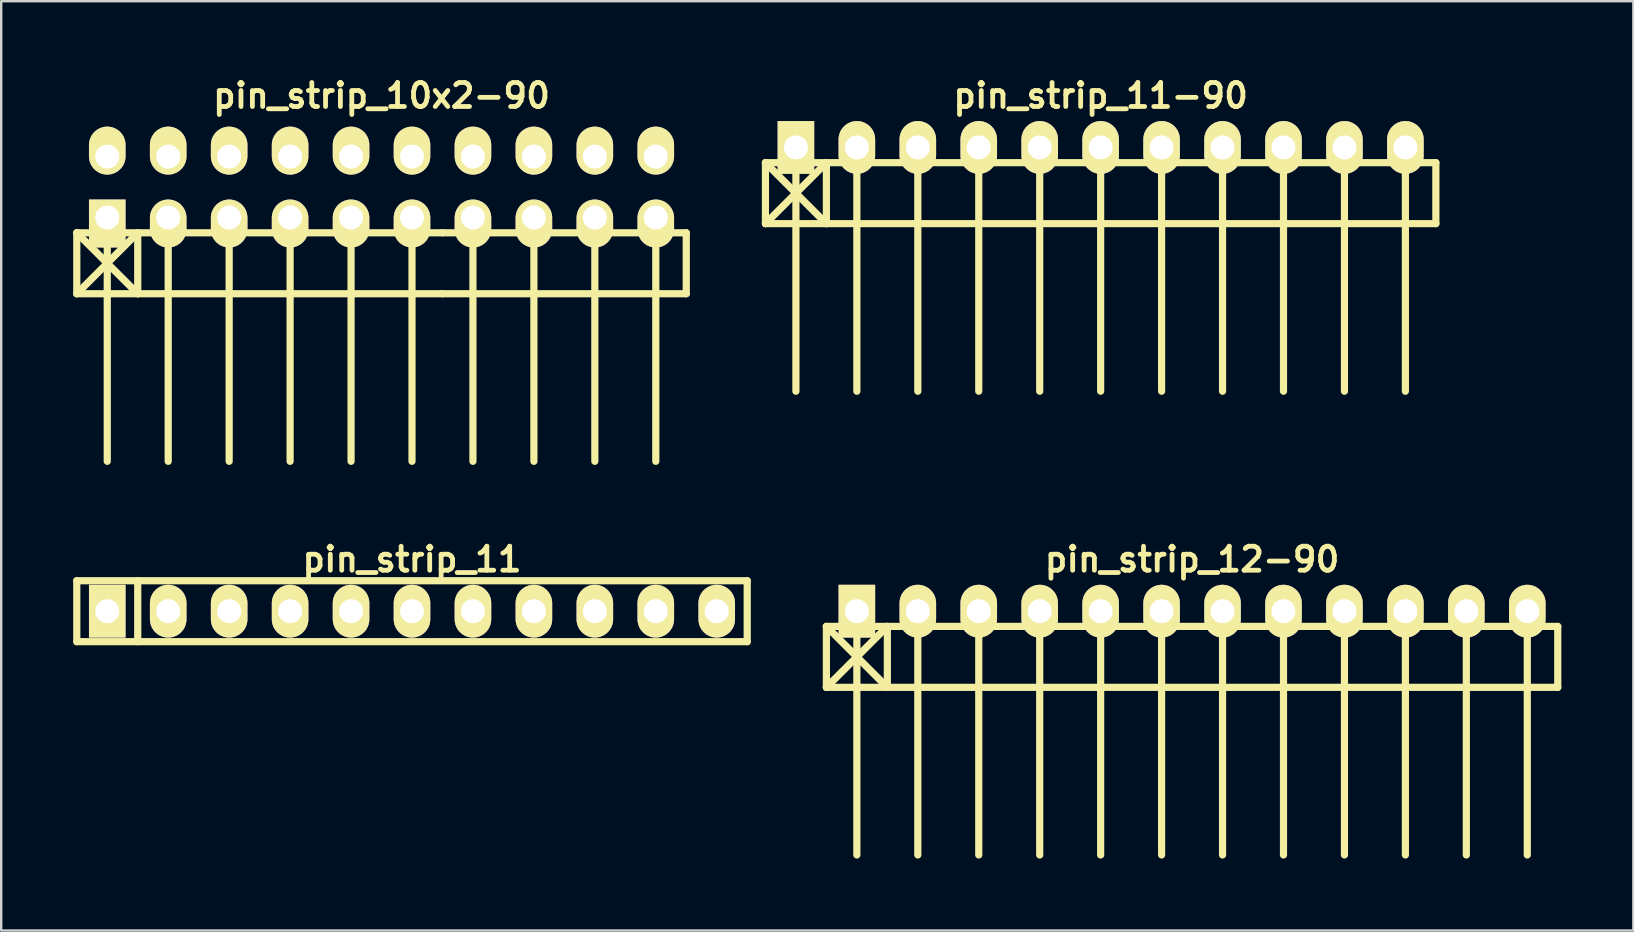
<source format=kicad_pcb>
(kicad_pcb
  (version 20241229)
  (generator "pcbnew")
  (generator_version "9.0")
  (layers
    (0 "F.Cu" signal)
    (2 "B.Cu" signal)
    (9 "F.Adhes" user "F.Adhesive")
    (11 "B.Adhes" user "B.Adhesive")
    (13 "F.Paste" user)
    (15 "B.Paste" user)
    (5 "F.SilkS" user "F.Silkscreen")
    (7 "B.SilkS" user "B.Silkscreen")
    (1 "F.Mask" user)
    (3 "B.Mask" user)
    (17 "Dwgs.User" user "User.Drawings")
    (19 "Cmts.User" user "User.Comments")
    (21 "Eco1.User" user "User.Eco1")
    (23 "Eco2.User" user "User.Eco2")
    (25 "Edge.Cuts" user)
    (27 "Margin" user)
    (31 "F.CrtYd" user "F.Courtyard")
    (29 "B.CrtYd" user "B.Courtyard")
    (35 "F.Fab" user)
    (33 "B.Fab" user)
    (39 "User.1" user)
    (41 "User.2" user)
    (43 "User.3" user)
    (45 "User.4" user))
  (footprint "pin_strip_11"
    (layer "F.Cu")
    (at 14.12 22.421)
    (property "Reference" "pin_strip_11" (at 0 -2.159 0) (layer "F.SilkS") (effects (font (size 1 1) (thickness 0.2))))
    (attr through_hole)
    (fp_line (start -13.97 -1.27) (end 13.97 -1.27) (stroke (width 0.3) (type solid)) (layer "F.SilkS"))
    (fp_line (start -13.97 1.27) (end -13.97 -1.27) (stroke (width 0.3) (type solid)) (layer "F.SilkS"))
    (fp_line (start -11.43 -1.27) (end -11.43 1.27) (stroke (width 0.3) (type solid)) (layer "F.SilkS"))
    (fp_line (start 13.97 -1.27) (end 13.97 1.27) (stroke (width 0.3) (type solid)) (layer "F.SilkS"))
    (fp_line (start 13.97 1.27) (end -13.97 1.27) (stroke (width 0.3) (type solid)) (layer "F.SilkS"))
    (pad "1" thru_hole rect (at -12.7 0) (size 1.524 2.2) (drill 1.001) (layers "*.Cu" "*.Mask" "F.SilkS"))
    (pad "2" thru_hole oval (at -10.16 0) (size 1.524 2.2) (drill 1.001) (layers "*.Cu" "*.Mask" "F.SilkS"))
    (pad "3" thru_hole oval (at -7.62 0) (size 1.524 2.2) (drill 1.001) (layers "*.Cu" "*.Mask" "F.SilkS"))
    (pad "4" thru_hole oval (at -5.08 0) (size 1.524 2.2) (drill 1.001) (layers "*.Cu" "*.Mask" "F.SilkS"))
    (pad "5" thru_hole oval (at -2.54 0) (size 1.524 2.2) (drill 1.001) (layers "*.Cu" "*.Mask" "F.SilkS"))
    (pad "6" thru_hole oval (at 0 0) (size 1.524 2.2) (drill 1.001) (layers "*.Cu" "*.Mask" "F.SilkS"))
    (pad "7" thru_hole oval (at 2.54 0) (size 1.524 2.2) (drill 1.001) (layers "*.Cu" "*.Mask" "F.SilkS"))
    (pad "8" thru_hole oval (at 5.08 0) (size 1.524 2.2) (drill 1.001) (layers "*.Cu" "*.Mask" "F.SilkS"))
    (pad "9" thru_hole oval (at 7.62 0) (size 1.524 2.2) (drill 1.001) (layers "*.Cu" "*.Mask" "F.SilkS"))
    (pad "10" thru_hole oval (at 10.16 0) (size 1.524 2.2) (drill 1.001) (layers "*.Cu" "*.Mask" "F.SilkS"))
    (pad "11" thru_hole oval (at 12.7 0) (size 1.524 2.2) (drill 1.001) (layers "*.Cu" "*.Mask" "F.SilkS")))
  (footprint "pin_strip_10x2-90"
    (layer "F.Cu")
    (at 12.85 4.746)
    (property "Reference" "pin_strip_10x2-90" (at 0 -3.81 0) (layer "F.SilkS") (effects (font (size 1 1) (thickness 0.2))))
    (attr through_hole)
    (fp_line (start -12.7 1.905) (end -10.16 4.445) (stroke (width 0.3) (type solid)) (layer "F.SilkS"))
    (fp_line (start -12.7 1.905) (end 2.54 1.905) (stroke (width 0.3) (type solid)) (layer "F.SilkS"))
    (fp_line (start -12.7 4.445) (end -12.7 1.905) (stroke (width 0.3) (type solid)) (layer "F.SilkS"))
    (fp_line (start -11.43 1.27) (end -11.43 11.43) (stroke (width 0.3) (type solid)) (layer "F.SilkS"))
    (fp_line (start -10.16 1.905) (end -12.7 4.445) (stroke (width 0.3) (type solid)) (layer "F.SilkS"))
    (fp_line (start -10.16 4.445) (end -10.16 1.905) (stroke (width 0.3) (type solid)) (layer "F.SilkS"))
    (fp_line (start -8.89 1.27) (end -8.89 11.43) (stroke (width 0.3) (type solid)) (layer "F.SilkS"))
    (fp_line (start -6.35 11.43) (end -6.35 1.27) (stroke (width 0.3) (type solid)) (layer "F.SilkS"))
    (fp_line (start -3.81 1.27) (end -3.81 11.43) (stroke (width 0.3) (type solid)) (layer "F.SilkS"))
    (fp_line (start -1.27 1.27) (end -1.27 11.43) (stroke (width 0.3) (type solid)) (layer "F.SilkS"))
    (fp_line (start 1.27 1.27) (end 1.27 11.43) (stroke (width 0.3) (type solid)) (layer "F.SilkS"))
    (fp_line (start 2.54 1.905) (end 12.7 1.905) (stroke (width 0.3) (type solid)) (layer "F.SilkS"))
    (fp_line (start 2.54 4.445) (end -12.7 4.445) (stroke (width 0.3) (type solid)) (layer "F.SilkS"))
    (fp_line (start 3.81 1.27) (end 3.81 11.43) (stroke (width 0.3) (type solid)) (layer "F.SilkS"))
    (fp_line (start 6.35 1.27) (end 6.35 11.43) (stroke (width 0.3) (type solid)) (layer "F.SilkS"))
    (fp_line (start 8.89 1.27) (end 8.89 11.43) (stroke (width 0.3) (type solid)) (layer "F.SilkS"))
    (fp_line (start 11.43 1.27) (end 11.43 11.43) (stroke (width 0.3) (type solid)) (layer "F.SilkS"))
    (fp_line (start 12.7 1.905) (end 12.7 4.445) (stroke (width 0.3) (type solid)) (layer "F.SilkS"))
    (fp_line (start 12.7 4.445) (end 2.54 4.445) (stroke (width 0.3) (type solid)) (layer "F.SilkS"))
    (pad "1" thru_hole rect (at -11.43 1.27) (size 1.524 1.999) (drill 1.001 (offset 0 0.249)) (layers "*.Cu" "*.Mask" "F.SilkS"))
    (pad "2" thru_hole oval (at -11.43 -1.27) (size 1.524 1.999) (drill 1.001 (offset 0 -0.249)) (layers "*.Cu" "*.Mask" "F.SilkS"))
    (pad "3" thru_hole oval (at -8.89 1.27) (size 1.524 1.999) (drill 1.001 (offset 0 0.249)) (layers "*.Cu" "*.Mask" "F.SilkS"))
    (pad "4" thru_hole oval (at -8.89 -1.27) (size 1.524 1.999) (drill 1.001 (offset 0 -0.249)) (layers "*.Cu" "*.Mask" "F.SilkS"))
    (pad "5" thru_hole oval (at -6.35 1.27) (size 1.524 1.999) (drill 1.001 (offset 0 0.249)) (layers "*.Cu" "*.Mask" "F.SilkS"))
    (pad "6" thru_hole oval (at -6.35 -1.27) (size 1.524 1.999) (drill 1.001 (offset 0 -0.249)) (layers "*.Cu" "*.Mask" "F.SilkS"))
    (pad "7" thru_hole oval (at -3.81 1.27) (size 1.524 1.999) (drill 1.001 (offset 0 0.249)) (layers "*.Cu" "*.Mask" "F.SilkS"))
    (pad "8" thru_hole oval (at -3.81 -1.27) (size 1.524 1.999) (drill 1.001 (offset 0 -0.249)) (layers "*.Cu" "*.Mask" "F.SilkS"))
    (pad "9" thru_hole oval (at -1.27 1.27) (size 1.524 1.999) (drill 1.001 (offset 0 0.249)) (layers "*.Cu" "*.Mask" "F.SilkS"))
    (pad "10" thru_hole oval (at -1.27 -1.27) (size 1.524 1.999) (drill 1.001 (offset 0 -0.249)) (layers "*.Cu" "*.Mask" "F.SilkS"))
    (pad "11" thru_hole oval (at 1.27 1.27) (size 1.524 1.999) (drill 1.001 (offset 0 0.249)) (layers "*.Cu" "*.Mask" "F.SilkS"))
    (pad "12" thru_hole oval (at 1.27 -1.27) (size 1.524 1.999) (drill 1.001 (offset 0 -0.249)) (layers "*.Cu" "*.Mask" "F.SilkS"))
    (pad "13" thru_hole oval (at 3.81 1.27) (size 1.524 1.999) (drill 1.001 (offset 0 0.249)) (layers "*.Cu" "*.Mask" "F.SilkS"))
    (pad "14" thru_hole oval (at 3.81 -1.27) (size 1.524 1.999) (drill 1.001 (offset 0 -0.249)) (layers "*.Cu" "*.Mask" "F.SilkS"))
    (pad "15" thru_hole oval (at 6.35 1.27) (size 1.524 1.999) (drill 1.001 (offset 0 0.249)) (layers "*.Cu" "*.Mask" "F.SilkS"))
    (pad "16" thru_hole oval (at 6.35 -1.27) (size 1.524 1.999) (drill 1.001 (offset 0 -0.249)) (layers "*.Cu" "*.Mask" "F.SilkS"))
    (pad "17" thru_hole oval (at 8.89 1.27) (size 1.524 1.999) (drill 1.001 (offset 0 0.249)) (layers "*.Cu" "*.Mask" "F.SilkS"))
    (pad "18" thru_hole oval (at 8.89 -1.27) (size 1.524 1.999) (drill 1.001 (offset 0 -0.249)) (layers "*.Cu" "*.Mask" "F.SilkS"))
    (pad "19" thru_hole oval (at 11.43 1.27) (size 1.524 1.999) (drill 1.001 (offset 0 0.249)) (layers "*.Cu" "*.Mask" "F.SilkS"))
    (pad "20" thru_hole oval (at 11.43 -1.27) (size 1.524 1.999) (drill 1.001 (offset 0 -0.249)) (layers "*.Cu" "*.Mask" "F.SilkS")))
  (footprint "pin_strip_12-90"
    (layer "F.Cu")
    (at 46.63 22.421)
    (property "Reference" "pin_strip_12-90" (at 0 -2.159 0) (layer "F.SilkS") (effects (font (size 1 1) (thickness 0.2))))
    (attr through_hole)
    (fp_line (start -15.24 0.635) (end 15.24 0.635) (stroke (width 0.3) (type solid)) (layer "F.SilkS"))
    (fp_line (start -15.24 3.175) (end -15.24 0.635) (stroke (width 0.3) (type solid)) (layer "F.SilkS"))
    (fp_line (start -15.24 3.175) (end -12.7 0.635) (stroke (width 0.3) (type solid)) (layer "F.SilkS"))
    (fp_line (start -13.97 0) (end -13.97 10.16) (stroke (width 0.3) (type solid)) (layer "F.SilkS"))
    (fp_line (start -12.7 0.635) (end -12.7 3.175) (stroke (width 0.3) (type solid)) (layer "F.SilkS"))
    (fp_line (start -12.7 3.175) (end -15.24 0.635) (stroke (width 0.3) (type solid)) (layer "F.SilkS"))
    (fp_line (start -11.43 0) (end -11.43 10.16) (stroke (width 0.3) (type solid)) (layer "F.SilkS"))
    (fp_line (start -8.89 10.16) (end -8.89 0) (stroke (width 0.3) (type solid)) (layer "F.SilkS"))
    (fp_line (start -6.35 0) (end -6.35 10.16) (stroke (width 0.3) (type solid)) (layer "F.SilkS"))
    (fp_line (start -3.81 0) (end -3.81 10.16) (stroke (width 0.3) (type solid)) (layer "F.SilkS"))
    (fp_line (start -1.27 0) (end -1.27 10.16) (stroke (width 0.3) (type solid)) (layer "F.SilkS"))
    (fp_line (start 1.27 0) (end 1.27 10.16) (stroke (width 0.3) (type solid)) (layer "F.SilkS"))
    (fp_line (start 3.81 0) (end 3.81 10.16) (stroke (width 0.3) (type solid)) (layer "F.SilkS"))
    (fp_line (start 6.35 0) (end 6.35 10.16) (stroke (width 0.3) (type solid)) (layer "F.SilkS"))
    (fp_line (start 8.89 0) (end 8.89 10.16) (stroke (width 0.3) (type solid)) (layer "F.SilkS"))
    (fp_line (start 11.43 0) (end 11.43 10.16) (stroke (width 0.3) (type solid)) (layer "F.SilkS"))
    (fp_line (start 13.97 0) (end 13.97 10.16) (stroke (width 0.3) (type solid)) (layer "F.SilkS"))
    (fp_line (start 15.24 0.635) (end 15.24 3.175) (stroke (width 0.3) (type solid)) (layer "F.SilkS"))
    (fp_line (start 15.24 3.175) (end -15.24 3.175) (stroke (width 0.3) (type solid)) (layer "F.SilkS"))
    (pad "1" thru_hole rect (at -13.97 0) (size 1.524 2.2) (drill 1.001) (layers "*.Cu" "*.Mask" "F.SilkS"))
    (pad "2" thru_hole oval (at -11.43 0) (size 1.524 2.2) (drill 1.001) (layers "*.Cu" "*.Mask" "F.SilkS"))
    (pad "3" thru_hole oval (at -8.89 0) (size 1.524 2.2) (drill 1.001) (layers "*.Cu" "*.Mask" "F.SilkS"))
    (pad "4" thru_hole oval (at -6.35 0) (size 1.524 2.2) (drill 1.001) (layers "*.Cu" "*.Mask" "F.SilkS"))
    (pad "5" thru_hole oval (at -3.81 0) (size 1.524 2.2) (drill 1.001) (layers "*.Cu" "*.Mask" "F.SilkS"))
    (pad "6" thru_hole oval (at -1.27 0) (size 1.524 2.2) (drill 1.001) (layers "*.Cu" "*.Mask" "F.SilkS"))
    (pad "7" thru_hole oval (at 1.27 0) (size 1.524 2.2) (drill 1.001) (layers "*.Cu" "*.Mask" "F.SilkS"))
    (pad "8" thru_hole oval (at 3.81 0) (size 1.524 2.2) (drill 1.001) (layers "*.Cu" "*.Mask" "F.SilkS"))
    (pad "9" thru_hole oval (at 6.35 0) (size 1.524 2.2) (drill 1.001) (layers "*.Cu" "*.Mask" "F.SilkS"))
    (pad "10" thru_hole oval (at 8.89 0) (size 1.524 2.2) (drill 1.001) (layers "*.Cu" "*.Mask" "F.SilkS"))
    (pad "11" thru_hole oval (at 11.43 0) (size 1.524 2.2) (drill 1.001) (layers "*.Cu" "*.Mask" "F.SilkS"))
    (pad "12" thru_hole oval (at 13.97 0) (size 1.524 2.2) (drill 1.001) (layers "*.Cu" "*.Mask" "F.SilkS")))
  (footprint "pin_strip_11-90"
    (layer "F.Cu")
    (at 42.82 3.095)
    (property "Reference" "pin_strip_11-90" (at 0 -2.159 0) (layer "F.SilkS") (effects (font (size 1 1) (thickness 0.2))))
    (attr through_hole)
    (fp_line (start -13.97 0.635) (end 13.97 0.635) (stroke (width 0.3) (type solid)) (layer "F.SilkS"))
    (fp_line (start -13.97 3.175) (end -13.97 0.635) (stroke (width 0.3) (type solid)) (layer "F.SilkS"))
    (fp_line (start -13.97 3.175) (end -11.43 0.635) (stroke (width 0.3) (type solid)) (layer "F.SilkS"))
    (fp_line (start -12.7 0) (end -12.7 10.16) (stroke (width 0.3) (type solid)) (layer "F.SilkS"))
    (fp_line (start -11.43 0.635) (end -11.43 3.175) (stroke (width 0.3) (type solid)) (layer "F.SilkS"))
    (fp_line (start -11.43 3.175) (end -13.97 0.635) (stroke (width 0.3) (type solid)) (layer "F.SilkS"))
    (fp_line (start -10.16 0) (end -10.16 10.16) (stroke (width 0.3) (type solid)) (layer "F.SilkS"))
    (fp_line (start -7.62 10.16) (end -7.62 0) (stroke (width 0.3) (type solid)) (layer "F.SilkS"))
    (fp_line (start -5.08 0) (end -5.08 10.16) (stroke (width 0.3) (type solid)) (layer "F.SilkS"))
    (fp_line (start -2.54 0) (end -2.54 10.16) (stroke (width 0.3) (type solid)) (layer "F.SilkS"))
    (fp_line (start 0 0) (end 0 10.16) (stroke (width 0.3) (type solid)) (layer "F.SilkS"))
    (fp_line (start 2.54 0) (end 2.54 10.16) (stroke (width 0.3) (type solid)) (layer "F.SilkS"))
    (fp_line (start 5.08 0) (end 5.08 10.16) (stroke (width 0.3) (type solid)) (layer "F.SilkS"))
    (fp_line (start 7.62 0) (end 7.62 10.16) (stroke (width 0.3) (type solid)) (layer "F.SilkS"))
    (fp_line (start 10.16 0) (end 10.16 10.16) (stroke (width 0.3) (type solid)) (layer "F.SilkS"))
    (fp_line (start 12.7 0) (end 12.7 10.16) (stroke (width 0.3) (type solid)) (layer "F.SilkS"))
    (fp_line (start 13.97 0.635) (end 13.97 3.175) (stroke (width 0.3) (type solid)) (layer "F.SilkS"))
    (fp_line (start 13.97 3.175) (end -13.97 3.175) (stroke (width 0.3) (type solid)) (layer "F.SilkS"))
    (pad "1" thru_hole rect (at -12.7 0) (size 1.524 2.2) (drill 1.001) (layers "*.Cu" "*.Mask" "F.SilkS"))
    (pad "2" thru_hole oval (at -10.16 0) (size 1.524 2.2) (drill 1.001) (layers "*.Cu" "*.Mask" "F.SilkS"))
    (pad "3" thru_hole oval (at -7.62 0) (size 1.524 2.2) (drill 1.001) (layers "*.Cu" "*.Mask" "F.SilkS"))
    (pad "4" thru_hole oval (at -5.08 0) (size 1.524 2.2) (drill 1.001) (layers "*.Cu" "*.Mask" "F.SilkS"))
    (pad "5" thru_hole oval (at -2.54 0) (size 1.524 2.2) (drill 1.001) (layers "*.Cu" "*.Mask" "F.SilkS"))
    (pad "6" thru_hole oval (at 0 0) (size 1.524 2.2) (drill 1.001) (layers "*.Cu" "*.Mask" "F.SilkS"))
    (pad "7" thru_hole oval (at 2.54 0) (size 1.524 2.2) (drill 1.001) (layers "*.Cu" "*.Mask" "F.SilkS"))
    (pad "8" thru_hole oval (at 5.08 0) (size 1.524 2.2) (drill 1.001) (layers "*.Cu" "*.Mask" "F.SilkS"))
    (pad "9" thru_hole oval (at 7.62 0) (size 1.524 2.2) (drill 1.001) (layers "*.Cu" "*.Mask" "F.SilkS"))
    (pad "10" thru_hole oval (at 10.16 0) (size 1.524 2.2) (drill 1.001) (layers "*.Cu" "*.Mask" "F.SilkS"))
    (pad "11" thru_hole oval (at 12.7 0) (size 1.524 2.2) (drill 1.001) (layers "*.Cu" "*.Mask" "F.SilkS")))
  (gr_rect
    (start -3 -3)
    (end 65.02 35.731)
    (stroke (width 0.1) (type default))
    (fill no)
    (layer "Edge.Cuts")))
</source>
